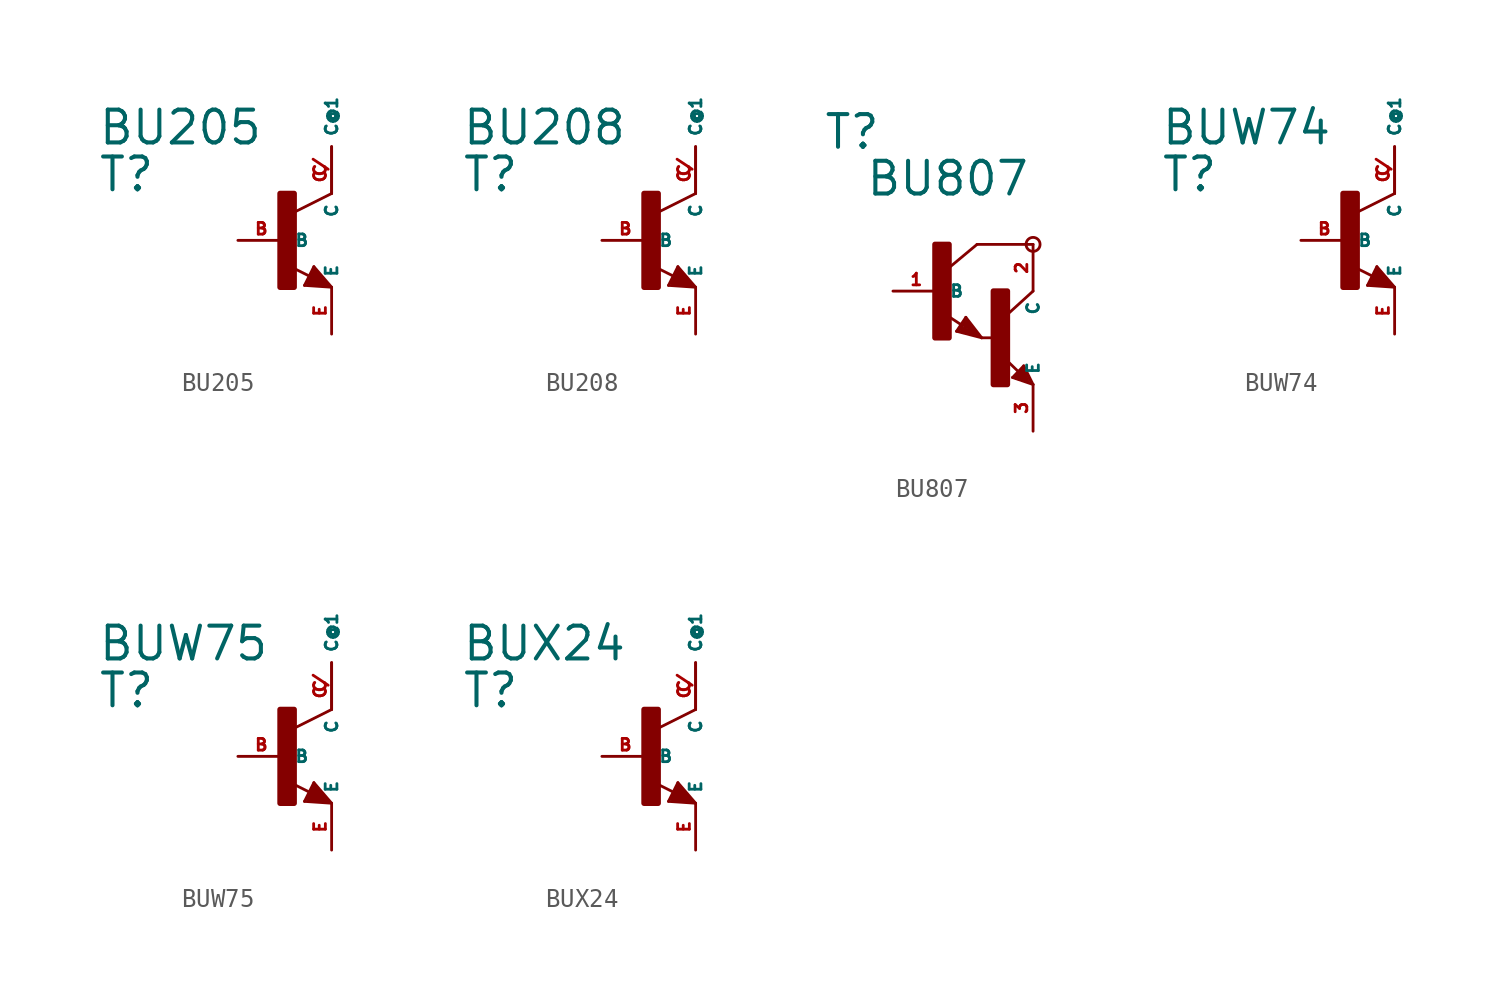
<source format=kicad_sym>
(kicad_symbol_lib
  (version 20220914)
  (generator Eagle2Kicad)
  (symbol "BU205"
    (property "Reference" "T"
      (at -10.16 2.54 0)
      (effects (font (size 1.778 1.778) (thickness 0.22)) (justify left bottom)))
    (property "Value" "BU205"
      (at -10.16 5.08 0)
      (effects (font (size 1.778 1.778) (thickness 0.22)) (justify left bottom)))
    (polyline
      (pts (xy 2.54 2.54) (xy 0.508 1.524))
      (stroke (width 0.152) (type default))
      (fill (type none)))
    (polyline
      (pts (xy 1.578 -1.424) (xy 2.54 -2.54))
      (stroke (width 0.152) (type default))
      (fill (type none)))
    (polyline
      (pts (xy 2.54 -2.54) (xy 1.07 -2.44))
      (stroke (width 0.152) (type default))
      (fill (type none)))
    (polyline
      (pts (xy 1.07 -2.44) (xy 1.578 -1.424))
      (stroke (width 0.152) (type default))
      (fill (type none)))
    (polyline
      (pts (xy 1.34 -1.94) (xy 0.108 -1.324))
      (stroke (width 0.152) (type default))
      (fill (type none)))
    (polyline
      (pts (xy 2.286 -2.413) (xy 1.651 -1.651))
      (stroke (width 0.254) (type default))
      (fill (type none)))
    (polyline
      (pts (xy 1.651 -1.651) (xy 1.27 -2.286))
      (stroke (width 0.254) (type default))
      (fill (type none)))
    (polyline
      (pts (xy 1.27 -2.286) (xy 2.159 -2.413))
      (stroke (width 0.254) (type default))
      (fill (type none)))
    (polyline
      (pts (xy 2.159 -2.413) (xy 1.651 -1.905))
      (stroke (width 0.254) (type default))
      (fill (type none)))
    (polyline
      (pts (xy 1.651 -1.905) (xy 1.524 -2.159))
      (stroke (width 0.254) (type default))
      (fill (type none)))
    (polyline
      (pts (xy 1.524 -2.159) (xy 1.778 -2.159))
      (stroke (width 0.254) (type default))
      (fill (type none)))
    (rectangle
      (start -0.254 -2.54)
      (end 0.508 2.54)
      (stroke (width 0.3) (type default))
      (fill (type outline)))
    (pin passive line
      (at -2.54 0 0)
      (length 2.54)
      (name "B" (effects (font (size 0.635 0.635) (thickness 0.08)) (justify left bottom)))
      (number "B" (effects (font (size 0.635 0.635) (thickness 0.08)) (justify left bottom))))
    (pin passive line
      (at 2.54 -5.08 90)
      (length 2.54)
      (name "E" (effects (font (size 0.635 0.635) (thickness 0.08)) (justify left bottom)))
      (number "E" (effects (font (size 0.635 0.635) (thickness 0.08)) (justify left bottom))))
    (pin passive line
      (at 2.54 5.08 270)
      (length 2.54)
      (name "C" (effects (font (size 0.635 0.635) (thickness 0.08)) (justify left bottom)))
      (number "C" (effects (font (size 0.635 0.635) (thickness 0.08)) (justify left bottom))))
    (pin passive line
      (at 2.54 2.54 90)
      (length 2.54)
      (name "C@1" (effects (font (size 0.635 0.635) (thickness 0.08)) (justify left bottom)))
      (number "C/" (effects (font (size 0.635 0.635) (thickness 0.08)) (justify left bottom)))))
  (symbol "BU208"
    (property "Reference" "T"
      (at -10.16 2.54 0)
      (effects (font (size 1.778 1.778) (thickness 0.22)) (justify left bottom)))
    (property "Value" "BU208"
      (at -10.16 5.08 0)
      (effects (font (size 1.778 1.778) (thickness 0.22)) (justify left bottom)))
    (polyline
      (pts (xy 2.54 2.54) (xy 0.508 1.524))
      (stroke (width 0.152) (type default))
      (fill (type none)))
    (polyline
      (pts (xy 1.578 -1.424) (xy 2.54 -2.54))
      (stroke (width 0.152) (type default))
      (fill (type none)))
    (polyline
      (pts (xy 2.54 -2.54) (xy 1.07 -2.44))
      (stroke (width 0.152) (type default))
      (fill (type none)))
    (polyline
      (pts (xy 1.07 -2.44) (xy 1.578 -1.424))
      (stroke (width 0.152) (type default))
      (fill (type none)))
    (polyline
      (pts (xy 1.34 -1.94) (xy 0.108 -1.324))
      (stroke (width 0.152) (type default))
      (fill (type none)))
    (polyline
      (pts (xy 2.286 -2.413) (xy 1.651 -1.651))
      (stroke (width 0.254) (type default))
      (fill (type none)))
    (polyline
      (pts (xy 1.651 -1.651) (xy 1.27 -2.286))
      (stroke (width 0.254) (type default))
      (fill (type none)))
    (polyline
      (pts (xy 1.27 -2.286) (xy 2.159 -2.413))
      (stroke (width 0.254) (type default))
      (fill (type none)))
    (polyline
      (pts (xy 2.159 -2.413) (xy 1.651 -1.905))
      (stroke (width 0.254) (type default))
      (fill (type none)))
    (polyline
      (pts (xy 1.651 -1.905) (xy 1.524 -2.159))
      (stroke (width 0.254) (type default))
      (fill (type none)))
    (polyline
      (pts (xy 1.524 -2.159) (xy 1.778 -2.159))
      (stroke (width 0.254) (type default))
      (fill (type none)))
    (rectangle
      (start -0.254 -2.54)
      (end 0.508 2.54)
      (stroke (width 0.3) (type default))
      (fill (type outline)))
    (pin passive line
      (at -2.54 0 0)
      (length 2.54)
      (name "B" (effects (font (size 0.635 0.635) (thickness 0.08)) (justify left bottom)))
      (number "B" (effects (font (size 0.635 0.635) (thickness 0.08)) (justify left bottom))))
    (pin passive line
      (at 2.54 -5.08 90)
      (length 2.54)
      (name "E" (effects (font (size 0.635 0.635) (thickness 0.08)) (justify left bottom)))
      (number "E" (effects (font (size 0.635 0.635) (thickness 0.08)) (justify left bottom))))
    (pin passive line
      (at 2.54 5.08 270)
      (length 2.54)
      (name "C" (effects (font (size 0.635 0.635) (thickness 0.08)) (justify left bottom)))
      (number "C" (effects (font (size 0.635 0.635) (thickness 0.08)) (justify left bottom))))
    (pin passive line
      (at 2.54 2.54 90)
      (length 2.54)
      (name "C@1" (effects (font (size 0.635 0.635) (thickness 0.08)) (justify left bottom)))
      (number "C/" (effects (font (size 0.635 0.635) (thickness 0.08)) (justify left bottom)))))
  (symbol "BU807"
    (property "Reference" "T"
      (at -6.35 7.62 0)
      (effects (font (size 1.778 1.778) (thickness 0.22)) (justify left bottom)))
    (property "Value" "BU807"
      (at -4.064 5.08 0)
      (effects (font (size 1.778 1.778) (thickness 0.22)) (justify left bottom)))
    (polyline
      (pts (xy 5.08 2.54) (xy 2.032 2.54))
      (stroke (width 0.152) (type default))
      (fill (type none)))
    (polyline
      (pts (xy 1.424 -1.424) (xy 2.286 -2.54))
      (stroke (width 0.152) (type default))
      (fill (type none)))
    (polyline
      (pts (xy 2.921 -2.54) (xy 2.286 -2.54))
      (stroke (width 0.152) (type default))
      (fill (type none)))
    (polyline
      (pts (xy 0.916 -2.186) (xy 1.424 -1.424))
      (stroke (width 0.152) (type default))
      (fill (type none)))
    (polyline
      (pts (xy 2.286 -2.54) (xy 0.916 -2.186))
      (stroke (width 0.152) (type default))
      (fill (type none)))
    (polyline
      (pts (xy 2.032 2.54) (xy 0.508 1.27))
      (stroke (width 0.152) (type default))
      (fill (type none)))
    (polyline
      (pts (xy 5.08 0) (xy 3.683 -1.27))
      (stroke (width 0.152) (type default))
      (fill (type none)))
    (polyline
      (pts (xy 5.08 -5.08) (xy 3.964 -4.699))
      (stroke (width 0.152) (type default))
      (fill (type none)))
    (polyline
      (pts (xy 4.572 -4.064) (xy 5.08 -5.08))
      (stroke (width 0.152) (type default))
      (fill (type none)))
    (polyline
      (pts (xy 3.964 -4.699) (xy 4.572 -4.064))
      (stroke (width 0.152) (type default))
      (fill (type none)))
    (polyline
      (pts (xy 1.186 -1.84) (xy 0.208 -1.197))
      (stroke (width 0.152) (type default))
      (fill (type none)))
    (polyline
      (pts (xy 4.28 -4.38) (xy 3.483 -3.61))
      (stroke (width 0.152) (type default))
      (fill (type none)))
    (polyline
      (pts (xy 2.159 -2.413) (xy 1.397 -1.524))
      (stroke (width 0.127) (type default))
      (fill (type none)))
    (polyline
      (pts (xy 1.397 -1.524) (xy 1.016 -2.159))
      (stroke (width 0.127) (type default))
      (fill (type none)))
    (polyline
      (pts (xy 1.016 -2.159) (xy 2.032 -2.413))
      (stroke (width 0.127) (type default))
      (fill (type none)))
    (polyline
      (pts (xy 2.032 -2.413) (xy 1.397 -1.651))
      (stroke (width 0.127) (type default))
      (fill (type none)))
    (polyline
      (pts (xy 1.397 -1.651) (xy 1.143 -2.032))
      (stroke (width 0.127) (type default))
      (fill (type none)))
    (polyline
      (pts (xy 1.143 -2.032) (xy 1.905 -2.286))
      (stroke (width 0.254) (type default))
      (fill (type none)))
    (polyline
      (pts (xy 1.905 -2.286) (xy 1.397 -1.778))
      (stroke (width 0.254) (type default))
      (fill (type none)))
    (polyline
      (pts (xy 1.397 -1.778) (xy 1.397 -1.905))
      (stroke (width 0.254) (type default))
      (fill (type none)))
    (polyline
      (pts (xy 4.953 -4.953) (xy 4.572 -4.191))
      (stroke (width 0.127) (type default))
      (fill (type none)))
    (polyline
      (pts (xy 4.572 -4.191) (xy 4.064 -4.699))
      (stroke (width 0.127) (type default))
      (fill (type none)))
    (polyline
      (pts (xy 4.064 -4.699) (xy 4.826 -4.953))
      (stroke (width 0.127) (type default))
      (fill (type none)))
    (polyline
      (pts (xy 4.826 -4.953) (xy 4.572 -4.318))
      (stroke (width 0.127) (type default))
      (fill (type none)))
    (polyline
      (pts (xy 4.572 -4.318) (xy 4.191 -4.699))
      (stroke (width 0.254) (type default))
      (fill (type none)))
    (polyline
      (pts (xy 4.191 -4.699) (xy 4.699 -4.826))
      (stroke (width 0.254) (type default))
      (fill (type none)))
    (polyline
      (pts (xy 4.699 -4.826) (xy 4.572 -4.572))
      (stroke (width 0.254) (type default))
      (fill (type none)))
    (polyline
      (pts (xy 4.572 -4.572) (xy 4.445 -4.572))
      (stroke (width 0.254) (type default))
      (fill (type none)))
    (circle
      (center 5.08 2.54)
      (radius 0.381)
      (stroke (width 0) (type default))
      (fill (type none)))
    (rectangle
      (start -0.254 -2.54)
      (end 0.508 2.54)
      (stroke (width 0.3) (type default))
      (fill (type outline)))
    (rectangle
      (start 2.921 -5.08)
      (end 3.683 0)
      (stroke (width 0.3) (type default))
      (fill (type outline)))
    (pin passive line
      (at -2.54 0 0)
      (length 2.54)
      (name "B" (effects (font (size 0.635 0.635) (thickness 0.08)) (justify left bottom)))
      (number "1" (effects (font (size 0.635 0.635) (thickness 0.08)) (justify left bottom))))
    (pin passive line
      (at 5.08 -7.62 90)
      (length 2.54)
      (name "E" (effects (font (size 0.635 0.635) (thickness 0.08)) (justify left bottom)))
      (number "3" (effects (font (size 0.635 0.635) (thickness 0.08)) (justify left bottom))))
    (pin passive line
      (at 5.08 2.54 270)
      (length 2.54)
      (name "C" (effects (font (size 0.635 0.635) (thickness 0.08)) (justify left bottom)))
      (number "2" (effects (font (size 0.635 0.635) (thickness 0.08)) (justify left bottom)))))
  (symbol "BUW74"
    (property "Reference" "T"
      (at -10.16 2.54 0)
      (effects (font (size 1.778 1.778) (thickness 0.22)) (justify left bottom)))
    (property "Value" "BUW74"
      (at -10.16 5.08 0)
      (effects (font (size 1.778 1.778) (thickness 0.22)) (justify left bottom)))
    (polyline
      (pts (xy 2.54 2.54) (xy 0.508 1.524))
      (stroke (width 0.152) (type default))
      (fill (type none)))
    (polyline
      (pts (xy 1.578 -1.424) (xy 2.54 -2.54))
      (stroke (width 0.152) (type default))
      (fill (type none)))
    (polyline
      (pts (xy 2.54 -2.54) (xy 1.07 -2.44))
      (stroke (width 0.152) (type default))
      (fill (type none)))
    (polyline
      (pts (xy 1.07 -2.44) (xy 1.578 -1.424))
      (stroke (width 0.152) (type default))
      (fill (type none)))
    (polyline
      (pts (xy 1.34 -1.94) (xy 0.108 -1.324))
      (stroke (width 0.152) (type default))
      (fill (type none)))
    (polyline
      (pts (xy 2.286 -2.413) (xy 1.651 -1.651))
      (stroke (width 0.254) (type default))
      (fill (type none)))
    (polyline
      (pts (xy 1.651 -1.651) (xy 1.27 -2.286))
      (stroke (width 0.254) (type default))
      (fill (type none)))
    (polyline
      (pts (xy 1.27 -2.286) (xy 2.159 -2.413))
      (stroke (width 0.254) (type default))
      (fill (type none)))
    (polyline
      (pts (xy 2.159 -2.413) (xy 1.651 -1.905))
      (stroke (width 0.254) (type default))
      (fill (type none)))
    (polyline
      (pts (xy 1.651 -1.905) (xy 1.524 -2.159))
      (stroke (width 0.254) (type default))
      (fill (type none)))
    (polyline
      (pts (xy 1.524 -2.159) (xy 1.778 -2.159))
      (stroke (width 0.254) (type default))
      (fill (type none)))
    (rectangle
      (start -0.254 -2.54)
      (end 0.508 2.54)
      (stroke (width 0.3) (type default))
      (fill (type outline)))
    (pin passive line
      (at -2.54 0 0)
      (length 2.54)
      (name "B" (effects (font (size 0.635 0.635) (thickness 0.08)) (justify left bottom)))
      (number "B" (effects (font (size 0.635 0.635) (thickness 0.08)) (justify left bottom))))
    (pin passive line
      (at 2.54 -5.08 90)
      (length 2.54)
      (name "E" (effects (font (size 0.635 0.635) (thickness 0.08)) (justify left bottom)))
      (number "E" (effects (font (size 0.635 0.635) (thickness 0.08)) (justify left bottom))))
    (pin passive line
      (at 2.54 5.08 270)
      (length 2.54)
      (name "C" (effects (font (size 0.635 0.635) (thickness 0.08)) (justify left bottom)))
      (number "C" (effects (font (size 0.635 0.635) (thickness 0.08)) (justify left bottom))))
    (pin passive line
      (at 2.54 2.54 90)
      (length 2.54)
      (name "C@1" (effects (font (size 0.635 0.635) (thickness 0.08)) (justify left bottom)))
      (number "C/" (effects (font (size 0.635 0.635) (thickness 0.08)) (justify left bottom)))))
  (symbol "BUW75"
    (property "Reference" "T"
      (at -10.16 2.54 0)
      (effects (font (size 1.778 1.778) (thickness 0.22)) (justify left bottom)))
    (property "Value" "BUW75"
      (at -10.16 5.08 0)
      (effects (font (size 1.778 1.778) (thickness 0.22)) (justify left bottom)))
    (polyline
      (pts (xy 2.54 2.54) (xy 0.508 1.524))
      (stroke (width 0.152) (type default))
      (fill (type none)))
    (polyline
      (pts (xy 1.578 -1.424) (xy 2.54 -2.54))
      (stroke (width 0.152) (type default))
      (fill (type none)))
    (polyline
      (pts (xy 2.54 -2.54) (xy 1.07 -2.44))
      (stroke (width 0.152) (type default))
      (fill (type none)))
    (polyline
      (pts (xy 1.07 -2.44) (xy 1.578 -1.424))
      (stroke (width 0.152) (type default))
      (fill (type none)))
    (polyline
      (pts (xy 1.34 -1.94) (xy 0.108 -1.324))
      (stroke (width 0.152) (type default))
      (fill (type none)))
    (polyline
      (pts (xy 2.286 -2.413) (xy 1.651 -1.651))
      (stroke (width 0.254) (type default))
      (fill (type none)))
    (polyline
      (pts (xy 1.651 -1.651) (xy 1.27 -2.286))
      (stroke (width 0.254) (type default))
      (fill (type none)))
    (polyline
      (pts (xy 1.27 -2.286) (xy 2.159 -2.413))
      (stroke (width 0.254) (type default))
      (fill (type none)))
    (polyline
      (pts (xy 2.159 -2.413) (xy 1.651 -1.905))
      (stroke (width 0.254) (type default))
      (fill (type none)))
    (polyline
      (pts (xy 1.651 -1.905) (xy 1.524 -2.159))
      (stroke (width 0.254) (type default))
      (fill (type none)))
    (polyline
      (pts (xy 1.524 -2.159) (xy 1.778 -2.159))
      (stroke (width 0.254) (type default))
      (fill (type none)))
    (rectangle
      (start -0.254 -2.54)
      (end 0.508 2.54)
      (stroke (width 0.3) (type default))
      (fill (type outline)))
    (pin passive line
      (at -2.54 0 0)
      (length 2.54)
      (name "B" (effects (font (size 0.635 0.635) (thickness 0.08)) (justify left bottom)))
      (number "B" (effects (font (size 0.635 0.635) (thickness 0.08)) (justify left bottom))))
    (pin passive line
      (at 2.54 -5.08 90)
      (length 2.54)
      (name "E" (effects (font (size 0.635 0.635) (thickness 0.08)) (justify left bottom)))
      (number "E" (effects (font (size 0.635 0.635) (thickness 0.08)) (justify left bottom))))
    (pin passive line
      (at 2.54 5.08 270)
      (length 2.54)
      (name "C" (effects (font (size 0.635 0.635) (thickness 0.08)) (justify left bottom)))
      (number "C" (effects (font (size 0.635 0.635) (thickness 0.08)) (justify left bottom))))
    (pin passive line
      (at 2.54 2.54 90)
      (length 2.54)
      (name "C@1" (effects (font (size 0.635 0.635) (thickness 0.08)) (justify left bottom)))
      (number "C/" (effects (font (size 0.635 0.635) (thickness 0.08)) (justify left bottom)))))
  (symbol "BUX24"
    (property "Reference" "T"
      (at -10.16 2.54 0)
      (effects (font (size 1.778 1.778) (thickness 0.22)) (justify left bottom)))
    (property "Value" "BUX24"
      (at -10.16 5.08 0)
      (effects (font (size 1.778 1.778) (thickness 0.22)) (justify left bottom)))
    (polyline
      (pts (xy 2.54 2.54) (xy 0.508 1.524))
      (stroke (width 0.152) (type default))
      (fill (type none)))
    (polyline
      (pts (xy 1.578 -1.424) (xy 2.54 -2.54))
      (stroke (width 0.152) (type default))
      (fill (type none)))
    (polyline
      (pts (xy 2.54 -2.54) (xy 1.07 -2.44))
      (stroke (width 0.152) (type default))
      (fill (type none)))
    (polyline
      (pts (xy 1.07 -2.44) (xy 1.578 -1.424))
      (stroke (width 0.152) (type default))
      (fill (type none)))
    (polyline
      (pts (xy 1.34 -1.94) (xy 0.108 -1.324))
      (stroke (width 0.152) (type default))
      (fill (type none)))
    (polyline
      (pts (xy 2.286 -2.413) (xy 1.651 -1.651))
      (stroke (width 0.254) (type default))
      (fill (type none)))
    (polyline
      (pts (xy 1.651 -1.651) (xy 1.27 -2.286))
      (stroke (width 0.254) (type default))
      (fill (type none)))
    (polyline
      (pts (xy 1.27 -2.286) (xy 2.159 -2.413))
      (stroke (width 0.254) (type default))
      (fill (type none)))
    (polyline
      (pts (xy 2.159 -2.413) (xy 1.651 -1.905))
      (stroke (width 0.254) (type default))
      (fill (type none)))
    (polyline
      (pts (xy 1.651 -1.905) (xy 1.524 -2.159))
      (stroke (width 0.254) (type default))
      (fill (type none)))
    (polyline
      (pts (xy 1.524 -2.159) (xy 1.778 -2.159))
      (stroke (width 0.254) (type default))
      (fill (type none)))
    (rectangle
      (start -0.254 -2.54)
      (end 0.508 2.54)
      (stroke (width 0.3) (type default))
      (fill (type outline)))
    (pin passive line
      (at -2.54 0 0)
      (length 2.54)
      (name "B" (effects (font (size 0.635 0.635) (thickness 0.08)) (justify left bottom)))
      (number "B" (effects (font (size 0.635 0.635) (thickness 0.08)) (justify left bottom))))
    (pin passive line
      (at 2.54 -5.08 90)
      (length 2.54)
      (name "E" (effects (font (size 0.635 0.635) (thickness 0.08)) (justify left bottom)))
      (number "E" (effects (font (size 0.635 0.635) (thickness 0.08)) (justify left bottom))))
    (pin passive line
      (at 2.54 5.08 270)
      (length 2.54)
      (name "C" (effects (font (size 0.635 0.635) (thickness 0.08)) (justify left bottom)))
      (number "C" (effects (font (size 0.635 0.635) (thickness 0.08)) (justify left bottom))))
    (pin passive line
      (at 2.54 2.54 90)
      (length 2.54)
      (name "C@1" (effects (font (size 0.635 0.635) (thickness 0.08)) (justify left bottom)))
      (number "C/" (effects (font (size 0.635 0.635) (thickness 0.08)) (justify left bottom))))))
</source>
